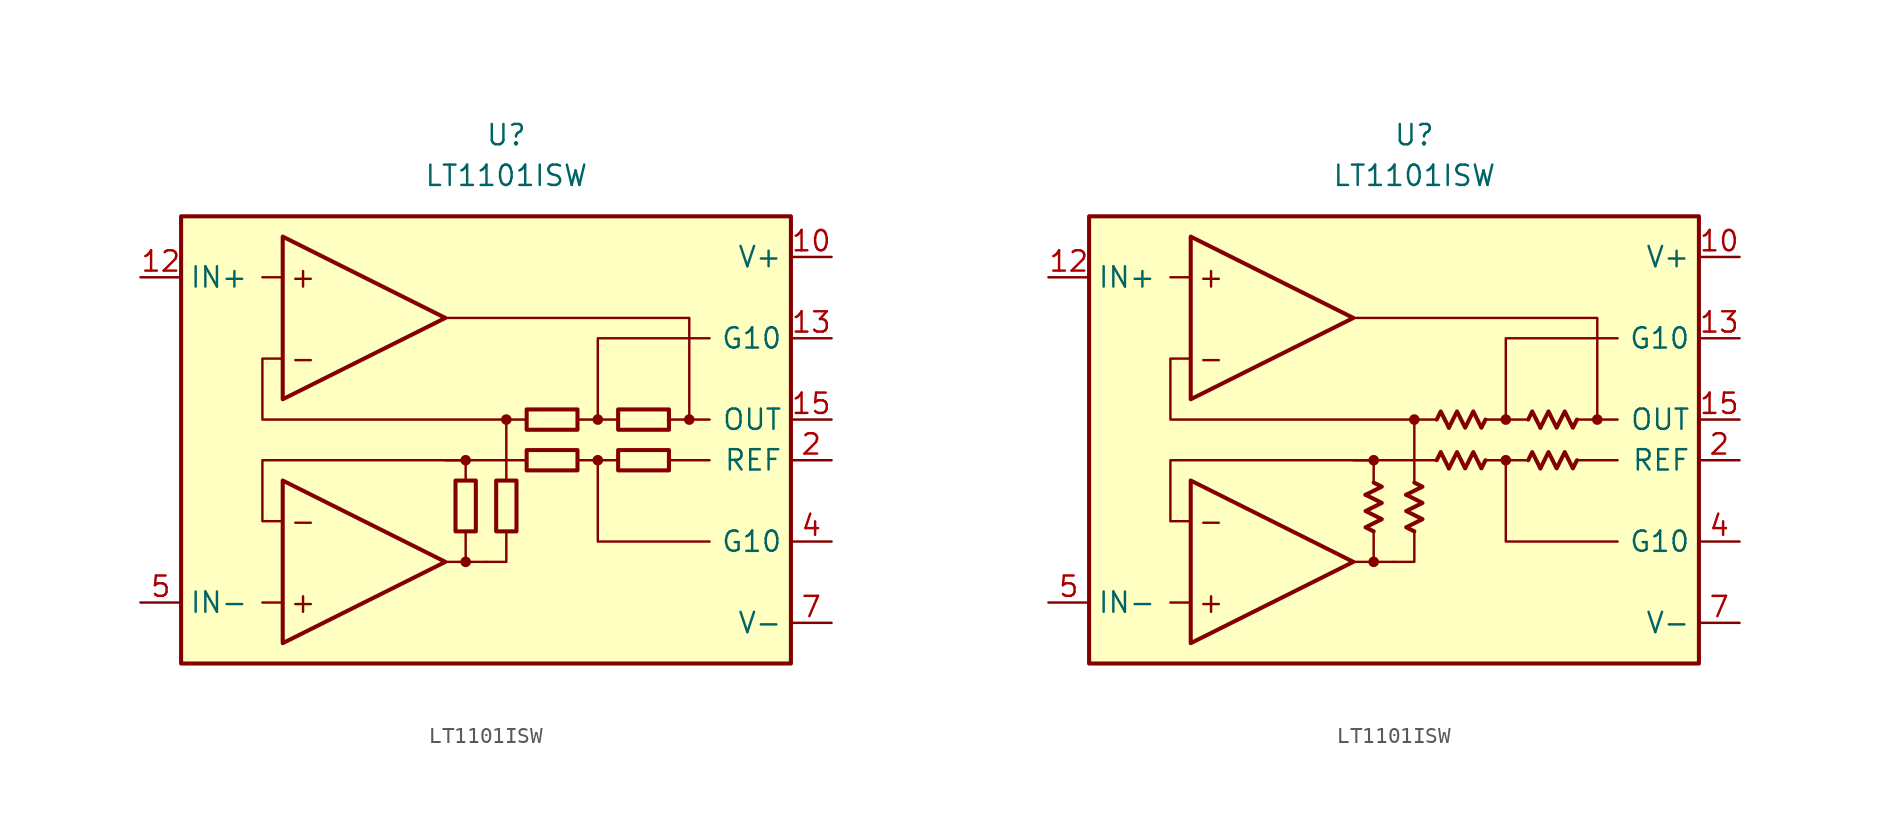
<source format=kicad_sym>
(kicad_symbol_lib
  (version 20231120)
  (generator "kicad_symbol_editor")
  (generator_version "8.0")
  (symbol "LT1101ISW"
    (property "Reference" "U"
      (at 0 19.05 0)
      (effects (font (size 1.27 1.27))))
    (property "Value" "LT1101ISW"
      (at 0 16.51 0)
      (effects (font (size 1.27 1.27))))
    (symbol "LT1101ISW_0_0"
      (rectangle (start -20.32 13.97) (end 17.78 -13.97) (stroke (width 0.254) (type default)) (fill (type background)))
      (circle (center -2.54 -7.62) (radius 0.254) (stroke (width 0.152) (type default)) (fill (type outline)))
      (circle (center -2.54 -1.27) (radius 0.254) (stroke (width 0.152) (type default)) (fill (type outline)))
      (polyline (pts (xy -13.97 -10.16) (xy -15.24 -10.16)) (stroke (width 0.152) (type default)) (fill (type none)))
      (polyline (pts (xy -13.97 10.16) (xy -15.24 10.16)) (stroke (width 0.152) (type default)) (fill (type none)))
      (polyline (pts (xy -3.81 -7.62) (xy -1.27 -7.62)) (stroke (width 0.152) (type default)) (fill (type none)))
      (polyline (pts (xy -2.54 -5.715) (xy -2.54 -7.62)) (stroke (width 0.152) (type default)) (fill (type none)))
      (polyline (pts (xy -2.54 -2.54) (xy -2.54 -1.27)) (stroke (width 0.152) (type default)) (fill (type none)))
      (polyline (pts (xy 0 -2.54) (xy 0 -1.27)) (stroke (width 0.152) (type default)) (fill (type none)))
      (polyline (pts (xy 0 -1.27) (xy 0 1.27)) (stroke (width 0.152) (type default)) (fill (type none)))
      (polyline (pts (xy 1.27 -1.27) (xy -3.81 -1.27)) (stroke (width 0.152) (type default)) (fill (type none)))
      (polyline (pts (xy 5.715 -1.27) (xy 4.445 -1.27)) (stroke (width 0.152) (type default)) (fill (type none)))
      (polyline (pts (xy 5.715 1.27) (xy 4.445 1.27)) (stroke (width 0.152) (type default)) (fill (type none)))
      (polyline (pts (xy 6.985 -1.27) (xy 5.715 -1.27)) (stroke (width 0.152) (type default)) (fill (type none)))
      (polyline (pts (xy 6.985 1.27) (xy 5.715 1.27)) (stroke (width 0.152) (type default)) (fill (type none)))
      (polyline (pts (xy 11.43 1.27) (xy 12.7 1.27)) (stroke (width 0.152) (type default)) (fill (type none)))
      (polyline (pts (xy 12.7 -1.27) (xy 10.16 -1.27)) (stroke (width 0.152) (type default)) (fill (type none)))
      (polyline (pts (xy -1.27 -7.62) (xy 0 -7.62) (xy 0 -5.715)) (stroke (width 0.152) (type default)) (fill (type none)))
      (polyline (pts (xy 5.715 1.27) (xy 5.715 6.35) (xy 12.7 6.35)) (stroke (width 0.152) (type default)) (fill (type none)))
      (polyline (pts (xy 12.7 -6.35) (xy 5.715 -6.35) (xy 5.715 -1.27)) (stroke (width 0.152) (type default)) (fill (type none)))
      (polyline (pts (xy -2.54 -1.27) (xy -15.24 -1.27) (xy -15.24 -5.08) (xy -13.97 -5.08)) (stroke (width 0.152) (type default)) (fill (type none)))
      (polyline (pts (xy 10.16 1.27) (xy 11.43 1.27) (xy 11.43 7.62) (xy -3.81 7.62)) (stroke (width 0.152) (type default)) (fill (type none)))
      (polyline (pts (xy 1.27 1.27) (xy -15.24 1.27) (xy -15.24 5.08) (xy -15.24 5.08) (xy -13.97 5.08)) (stroke (width 0.152) (type default)) (fill (type none)))
      (circle (center 0 1.27) (radius 0.254) (stroke (width 0.152) (type default)) (fill (type outline)))
      (circle (center 5.715 -1.27) (radius 0.254) (stroke (width 0.152) (type default)) (fill (type outline)))
      (circle (center 5.715 1.27) (radius 0.254) (stroke (width 0.152) (type default)) (fill (type outline)))
      (circle (center 11.43 1.27) (radius 0.254) (stroke (width 0.152) (type default)) (fill (type outline)))
      (text "+" (at -12.7 -10.16 0) (effects (font (size 1.27 1.27))))
      (text "+" (at -12.7 10.16 0) (effects (font (size 1.27 1.27))))
      (text "-" (at -12.7 -5.08 0) (effects (font (size 1.27 1.27))))
      (text "-" (at -12.7 5.08 0) (effects (font (size 1.27 1.27)))))
    (symbol "LT1101ISW_0_1"
      (rectangle (start -3.175 -5.715) (end -1.905 -2.54) (stroke (width 0.254) (type default)) (fill (type none)))
      (rectangle (start -0.635 -5.715) (end 0.635 -2.54) (stroke (width 0.254) (type default)) (fill (type none)))
      (rectangle (start 1.27 1.905) (end 4.445 0.635) (stroke (width 0.254) (type default)) (fill (type none)))
      (rectangle (start 4.445 -1.905) (end 1.27 -0.635) (stroke (width 0.254) (type default)) (fill (type none)))
      (rectangle (start 10.16 -1.905) (end 6.985 -0.635) (stroke (width 0.254) (type default)) (fill (type none)))
      (rectangle (start 10.16 0.635) (end 6.985 1.905) (stroke (width 0.254) (type default)) (fill (type none))))
    (symbol "LT1101ISW_0_2"
      (polyline (pts (xy -3.048 -3.429) (xy -2.032 -2.921) (xy -2.54 -2.667)) (stroke (width 0.254) (type default)) (fill (type none)))
      (polyline (pts (xy -0.508 -3.429) (xy 0.508 -2.921) (xy 0 -2.667)) (stroke (width 0.254) (type default)) (fill (type none)))
      (polyline (pts (xy 2.159 -1.778) (xy 1.651 -0.762) (xy 1.397 -1.27)) (stroke (width 0.254) (type default)) (fill (type none)))
      (polyline (pts (xy 2.159 0.762) (xy 1.651 1.778) (xy 1.397 1.27)) (stroke (width 0.254) (type default)) (fill (type none)))
      (polyline (pts (xy 7.874 -1.778) (xy 7.366 -0.762) (xy 7.112 -1.27)) (stroke (width 0.254) (type default)) (fill (type none)))
      (polyline (pts (xy 7.874 0.762) (xy 7.366 1.778) (xy 7.112 1.27)) (stroke (width 0.254) (type default)) (fill (type none)))
      (polyline (pts (xy -2.54 -5.715) (xy -3.048 -5.461) (xy -2.032 -4.953) (xy -3.048 -4.445) (xy -2.032 -3.937) (xy -3.048 -3.429)) (stroke (width 0.254) (type default)) (fill (type none)))
      (polyline (pts (xy 0 -5.715) (xy -0.508 -5.461) (xy 0.508 -4.953) (xy -0.508 -4.445) (xy 0.508 -3.937) (xy -0.508 -3.429)) (stroke (width 0.254) (type default)) (fill (type none)))
      (polyline (pts (xy 4.445 -1.27) (xy 4.191 -1.778) (xy 3.683 -0.762) (xy 3.175 -1.778) (xy 2.667 -0.762) (xy 2.159 -1.778)) (stroke (width 0.254) (type default)) (fill (type none)))
      (polyline (pts (xy 4.445 1.27) (xy 4.191 0.762) (xy 3.683 1.778) (xy 3.175 0.762) (xy 2.667 1.778) (xy 2.159 0.762)) (stroke (width 0.254) (type default)) (fill (type none)))
      (polyline (pts (xy 10.16 -1.27) (xy 9.906 -1.778) (xy 9.398 -0.762) (xy 8.89 -1.778) (xy 8.382 -0.762) (xy 7.874 -1.778)) (stroke (width 0.254) (type default)) (fill (type none)))
      (polyline (pts (xy 10.16 1.27) (xy 9.906 0.762) (xy 9.398 1.778) (xy 8.89 0.762) (xy 8.382 1.778) (xy 7.874 0.762)) (stroke (width 0.254) (type default)) (fill (type none))))
    (symbol "LT1101ISW_1_0"
      (polyline (pts (xy -13.97 -2.54) (xy -13.97 -12.7) (xy -3.81 -7.62) (xy -13.97 -2.54)) (stroke (width 0.254) (type default)) (fill (type background)))
      (polyline (pts (xy -13.97 12.7) (xy -13.97 2.54) (xy -3.81 7.62) (xy -13.97 12.7)) (stroke (width 0.254) (type default)) (fill (type background))))
    (symbol "LT1101ISW_1_1"
      (pin free line (at 3.81 8.89 0) (length 2.54) hide (name "NC" (effects (font (size 1.27 1.27)))) (number "1" (effects (font (size 1.27 1.27)))))
      (pin power_in line (at 20.32 11.43 180) (length 2.54) (name "V+" (effects (font (size 1.27 1.27)))) (number "10" (effects (font (size 1.27 1.27)))))
      (pin free line (at 3.81 -3.81 0) (length 2.54) hide (name "NC" (effects (font (size 1.27 1.27)))) (number "11" (effects (font (size 1.27 1.27)))))
      (pin input line (at -22.86 10.16 0) (length 2.54) (name "IN+" (effects (font (size 1.27 1.27)))) (number "12" (effects (font (size 1.27 1.27)))))
      (pin passive line (at 20.32 6.35 180) (length 2.54) (name "G10" (effects (font (size 1.27 1.27)))) (number "13" (effects (font (size 1.27 1.27)))))
      (pin free line (at 3.81 -6.35 0) (length 2.54) hide (name "NC" (effects (font (size 1.27 1.27)))) (number "14" (effects (font (size 1.27 1.27)))))
      (pin output line (at 20.32 1.27 180) (length 2.54) (name "OUT" (effects (font (size 1.27 1.27)))) (number "15" (effects (font (size 1.27 1.27)))))
      (pin free line (at 3.81 -8.89 0) (length 2.54) hide (name "NC" (effects (font (size 1.27 1.27)))) (number "16" (effects (font (size 1.27 1.27)))))
      (pin input line (at 20.32 -1.27 180) (length 2.54) (name "REF" (effects (font (size 1.27 1.27)))) (number "2" (effects (font (size 1.27 1.27)))))
      (pin free line (at 3.81 6.35 0) (length 2.54) hide (name "NC" (effects (font (size 1.27 1.27)))) (number "3" (effects (font (size 1.27 1.27)))))
      (pin passive line (at 20.32 -6.35 180) (length 2.54) (name "G10" (effects (font (size 1.27 1.27)))) (number "4" (effects (font (size 1.27 1.27)))))
      (pin input line (at -22.86 -10.16 0) (length 2.54) (name "IN-" (effects (font (size 1.27 1.27)))) (number "5" (effects (font (size 1.27 1.27)))))
      (pin free line (at 3.81 3.81 0) (length 2.54) hide (name "NC" (effects (font (size 1.27 1.27)))) (number "6" (effects (font (size 1.27 1.27)))))
      (pin power_in line (at 20.32 -11.43 180) (length 2.54) (name "V-" (effects (font (size 1.27 1.27)))) (number "7" (effects (font (size 1.27 1.27)))))
      (pin free line (at 3.81 1.27 0) (length 2.54) hide (name "NC" (effects (font (size 1.27 1.27)))) (number "8" (effects (font (size 1.27 1.27)))))
      (pin free line (at 3.81 -1.27 0) (length 2.54) hide (name "NC" (effects (font (size 1.27 1.27)))) (number "9" (effects (font (size 1.27 1.27))))))
    (symbol "LT1101ISW_1_2"
      (pin no_connect line (at 3.81 8.89 0) (length 2.54) hide (name "NC" (effects (font (size 1.27 1.27)))) (number "1" (effects (font (size 1.27 1.27)))))
      (pin power_in line (at 20.32 11.43 180) (length 2.54) (name "V+" (effects (font (size 1.27 1.27)))) (number "10" (effects (font (size 1.27 1.27)))))
      (pin no_connect line (at 3.81 -3.81 0) (length 2.54) hide (name "NC" (effects (font (size 1.27 1.27)))) (number "11" (effects (font (size 1.27 1.27)))))
      (pin input line (at -22.86 10.16 0) (length 2.54) (name "IN+" (effects (font (size 1.27 1.27)))) (number "12" (effects (font (size 1.27 1.27)))))
      (pin passive line (at 20.32 6.35 180) (length 2.54) (name "G10" (effects (font (size 1.27 1.27)))) (number "13" (effects (font (size 1.27 1.27)))))
      (pin no_connect line (at 3.81 -6.35 0) (length 2.54) hide (name "NC" (effects (font (size 1.27 1.27)))) (number "14" (effects (font (size 1.27 1.27)))))
      (pin output line (at 20.32 1.27 180) (length 2.54) (name "OUT" (effects (font (size 1.27 1.27)))) (number "15" (effects (font (size 1.27 1.27)))))
      (pin no_connect line (at 3.81 -8.89 0) (length 2.54) hide (name "NC" (effects (font (size 1.27 1.27)))) (number "16" (effects (font (size 1.27 1.27)))))
      (pin input line (at 20.32 -1.27 180) (length 2.54) (name "REF" (effects (font (size 1.27 1.27)))) (number "2" (effects (font (size 1.27 1.27)))))
      (pin no_connect line (at 3.81 6.35 0) (length 2.54) hide (name "NC" (effects (font (size 1.27 1.27)))) (number "3" (effects (font (size 1.27 1.27)))))
      (pin passive line (at 20.32 -6.35 180) (length 2.54) (name "G10" (effects (font (size 1.27 1.27)))) (number "4" (effects (font (size 1.27 1.27)))))
      (pin input line (at -22.86 -10.16 0) (length 2.54) (name "IN-" (effects (font (size 1.27 1.27)))) (number "5" (effects (font (size 1.27 1.27)))))
      (pin no_connect line (at 3.81 3.81 0) (length 2.54) hide (name "NC" (effects (font (size 1.27 1.27)))) (number "6" (effects (font (size 1.27 1.27)))))
      (pin power_in line (at 20.32 -11.43 180) (length 2.54) (name "V-" (effects (font (size 1.27 1.27)))) (number "7" (effects (font (size 1.27 1.27)))))
      (pin no_connect line (at 3.81 1.27 0) (length 2.54) hide (name "NC" (effects (font (size 1.27 1.27)))) (number "8" (effects (font (size 1.27 1.27)))))
      (pin no_connect line (at 3.81 -1.27 0) (length 2.54) hide (name "NC" (effects (font (size 1.27 1.27)))) (number "9" (effects (font (size 1.27 1.27))))))))
</source>
